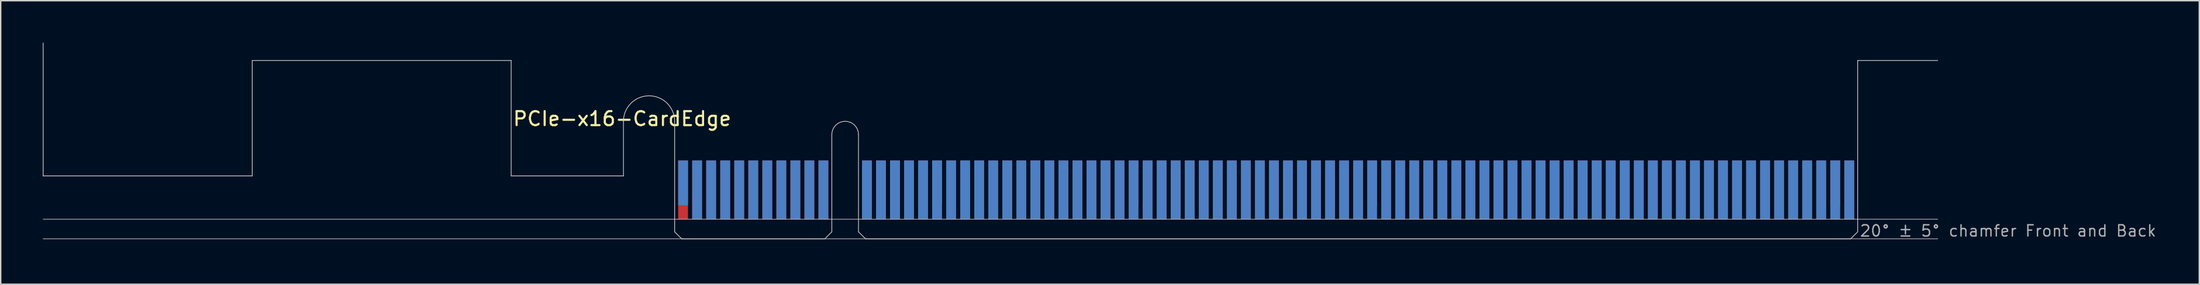
<source format=kicad_pcb>
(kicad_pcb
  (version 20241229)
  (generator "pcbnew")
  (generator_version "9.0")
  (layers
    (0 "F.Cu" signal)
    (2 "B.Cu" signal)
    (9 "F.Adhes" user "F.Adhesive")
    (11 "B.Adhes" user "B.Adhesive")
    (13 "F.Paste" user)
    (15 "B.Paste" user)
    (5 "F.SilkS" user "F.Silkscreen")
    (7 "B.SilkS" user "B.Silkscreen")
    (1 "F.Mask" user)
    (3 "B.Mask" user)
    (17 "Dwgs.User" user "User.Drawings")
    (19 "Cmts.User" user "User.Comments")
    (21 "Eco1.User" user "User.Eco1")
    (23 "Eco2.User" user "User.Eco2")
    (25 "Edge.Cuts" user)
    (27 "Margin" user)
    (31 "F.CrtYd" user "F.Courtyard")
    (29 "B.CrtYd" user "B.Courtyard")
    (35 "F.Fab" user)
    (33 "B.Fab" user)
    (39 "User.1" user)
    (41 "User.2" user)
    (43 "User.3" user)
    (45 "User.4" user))
  (footprint "PCIe-x16-CardEdge"
    (layer "F.Cu")
    (at 45.025 14.025)
    (property "Reference" "PCIe-x16-CardEdge" (at -11.6 -8 0) (layer "F.SilkS") (effects (font (size 1 1) (thickness 0.15)) (justify left bottom)))
    (attr exclude_from_pos_files exclude_from_bom)
    (fp_poly (pts (xy -3.65 -4.5) (xy -11.65 -4.5) (xy -11.65 -7.95) (xy -3.65 -7.95)) (stroke (width 0.1) (type solid)) (fill yes) (layer "F.Mask"))
    (fp_poly (pts (xy 11.2 -5.45) (xy 0 -5.45) (xy 0 0) (xy 11.2 0)) (stroke (width 0.1) (type solid)) (fill yes) (layer "F.Mask"))
    (fp_poly (pts (xy 84.3 -5.45) (xy 13.1 -5.45) (xy 13.1 0) (xy 84.3 0)) (stroke (width 0.1) (type solid)) (fill yes) (layer "F.Mask"))
    (fp_poly (pts (xy -3.65 -7.95) (xy -11.65 -7.95) (xy -11.65 -4.5) (xy -3.65 -4.5)) (stroke (width 0.1) (type solid)) (fill yes) (layer "B.Mask"))
    (fp_poly (pts (xy 11.2 0) (xy 0 0) (xy 0 -5.45) (xy 11.2 -5.45)) (stroke (width 0.1) (type solid)) (fill yes) (layer "B.Mask"))
    (fp_poly (pts (xy 84.3 -5.45) (xy 13.1 -5.45) (xy 13.1 0) (xy 84.3 0)) (stroke (width 0.1) (type solid)) (fill yes) (layer "B.Mask"))
    (fp_line (start -45 -4.5) (end -45 -14) (stroke (width 0.05) (type solid)) (layer "Edge.Cuts"))
    (fp_line (start -30.1 -12.75) (end -30.1 -4.5) (stroke (width 0.05) (type solid)) (layer "Edge.Cuts"))
    (fp_line (start -30.1 -4.5) (end -45 -4.5) (stroke (width 0.05) (type solid)) (layer "Edge.Cuts"))
    (fp_line (start -11.65 -12.75) (end -30.1 -12.75) (stroke (width 0.05) (type solid)) (layer "Edge.Cuts"))
    (fp_line (start -11.65 -4.5) (end -11.65 -12.75) (stroke (width 0.05) (type solid)) (layer "Edge.Cuts"))
    (fp_line (start -3.65 -4.5) (end -11.65 -4.5) (stroke (width 0.05) (type solid)) (layer "Edge.Cuts"))
    (fp_line (start -3.65 -4.5) (end -3.65 -8.4) (stroke (width 0.05) (type solid)) (layer "Edge.Cuts"))
    (fp_line (start 0 -0.5) (end 0 -8.4) (stroke (width 0.05) (type solid)) (layer "Edge.Cuts"))
    (fp_line (start 0.5 0) (end 0 -0.5) (stroke (width 0.05) (type solid)) (layer "Edge.Cuts"))
    (fp_line (start 0.5 0) (end 10.7 0) (stroke (width 0.05) (type solid)) (layer "Edge.Cuts"))
    (fp_line (start 10.7 0) (end 11.2 -0.5) (stroke (width 0.05) (type solid)) (layer "Edge.Cuts"))
    (fp_line (start 11.2 -0.5) (end 11.2 -7.45) (stroke (width 0.05) (type solid)) (layer "Edge.Cuts"))
    (fp_line (start 13.1 -0.5) (end 13.1 -7.45) (stroke (width 0.05) (type solid)) (layer "Edge.Cuts"))
    (fp_line (start 13.6 0) (end 13.1 -0.5) (stroke (width 0.05) (type solid)) (layer "Edge.Cuts"))
    (fp_line (start 83.8 0) (end 13.6 0) (stroke (width 0.05) (type solid)) (layer "Edge.Cuts"))
    (fp_line (start 83.8 0) (end 84.3 -0.5) (stroke (width 0.05) (type solid)) (layer "Edge.Cuts"))
    (fp_line (start 84.3 -12.75) (end 90 -12.75) (stroke (width 0.05) (type solid)) (layer "Edge.Cuts"))
    (fp_line (start 84.3 -0.5) (end 84.3 -12.75) (stroke (width 0.05) (type solid)) (layer "Edge.Cuts"))
    (fp_arc (start -3.65 -8.4) (mid -1.825 -10.225) (end 0 -8.4) (stroke (width 0.05) (type solid)) (layer "Edge.Cuts"))
    (fp_arc (start 11.2 -7.45) (mid 12.15 -8.4) (end 13.1 -7.45) (stroke (width 0.05) (type solid)) (layer "Edge.Cuts"))
    (fp_line (start -45 -1.4) (end 90 -1.4) (stroke (width 0.05) (type solid)) (layer "F.Fab"))
    (fp_line (start -45 0) (end 90 0) (stroke (width 0.05) (type solid)) (layer "F.Fab"))
    (fp_text user "20° ± 5° chamfer Front and Back" (at 84.4 -0.1 0) (layer "F.Fab") (effects (font (size 0.8 0.8) (thickness 0.1)) (justify left bottom)))
    (pad "A1" smd rect (at 0.6 -4) (size 0.7 3.2) (layers "B.Cu"))
    (pad "A2" smd rect (at 1.6 -3.5) (size 0.7 4.2) (layers "B.Cu"))
    (pad "A3" smd rect (at 2.6 -3.5) (size 0.7 4.2) (layers "B.Cu"))
    (pad "A4" smd rect (at 3.6 -3.5) (size 0.7 4.2) (layers "B.Cu"))
    (pad "A5" smd rect (at 4.6 -3.5) (size 0.7 4.2) (layers "B.Cu"))
    (pad "A6" smd rect (at 5.6 -3.5) (size 0.7 4.2) (layers "B.Cu"))
    (pad "A7" smd rect (at 6.6 -3.5) (size 0.7 4.2) (layers "B.Cu"))
    (pad "A8" smd rect (at 7.6 -3.5) (size 0.7 4.2) (layers "B.Cu"))
    (pad "A9" smd rect (at 8.6 -3.5) (size 0.7 4.2) (layers "B.Cu"))
    (pad "A10" smd rect (at 9.6 -3.5) (size 0.7 4.2) (layers "B.Cu"))
    (pad "A11" smd rect (at 10.6 -3.5) (size 0.7 4.2) (layers "B.Cu"))
    (pad "A12" smd rect (at 13.7 -3.5) (size 0.7 4.2) (layers "B.Cu"))
    (pad "A13" smd rect (at 14.7 -3.5) (size 0.7 4.2) (layers "B.Cu"))
    (pad "A14" smd rect (at 15.7 -3.5) (size 0.7 4.2) (layers "B.Cu"))
    (pad "A15" smd rect (at 16.7 -3.5) (size 0.7 4.2) (layers "B.Cu"))
    (pad "A16" smd rect (at 17.7 -3.5) (size 0.7 4.2) (layers "B.Cu"))
    (pad "A17" smd rect (at 18.7 -3.5) (size 0.7 4.2) (layers "B.Cu"))
    (pad "A18" smd rect (at 19.7 -3.5) (size 0.7 4.2) (layers "B.Cu"))
    (pad "A19" smd rect (at 20.7 -3.5) (size 0.7 4.2) (layers "B.Cu"))
    (pad "A20" smd rect (at 21.7 -3.5) (size 0.7 4.2) (layers "B.Cu"))
    (pad "A21" smd rect (at 22.7 -3.5) (size 0.7 4.2) (layers "B.Cu"))
    (pad "A22" smd rect (at 23.7 -3.5) (size 0.7 4.2) (layers "B.Cu"))
    (pad "A23" smd rect (at 24.7 -3.5) (size 0.7 4.2) (layers "B.Cu"))
    (pad "A24" smd rect (at 25.7 -3.5) (size 0.7 4.2) (layers "B.Cu"))
    (pad "A25" smd rect (at 26.7 -3.5) (size 0.7 4.2) (layers "B.Cu"))
    (pad "A26" smd rect (at 27.7 -3.5) (size 0.7 4.2) (layers "B.Cu"))
    (pad "A27" smd rect (at 28.7 -3.5) (size 0.7 4.2) (layers "B.Cu"))
    (pad "A28" smd rect (at 29.7 -3.5) (size 0.7 4.2) (layers "B.Cu"))
    (pad "A29" smd rect (at 30.7 -3.5) (size 0.7 4.2) (layers "B.Cu"))
    (pad "A30" smd rect (at 31.7 -3.5) (size 0.7 4.2) (layers "B.Cu"))
    (pad "A31" smd rect (at 32.7 -3.5) (size 0.7 4.2) (layers "B.Cu"))
    (pad "A32" smd rect (at 33.7 -3.5) (size 0.7 4.2) (layers "B.Cu"))
    (pad "A33" smd rect (at 34.7 -3.5) (size 0.7 4.2) (layers "B.Cu"))
    (pad "A34" smd rect (at 35.7 -3.5) (size 0.7 4.2) (layers "B.Cu"))
    (pad "A35" smd rect (at 36.7 -3.5) (size 0.7 4.2) (layers "B.Cu"))
    (pad "A36" smd rect (at 37.7 -3.5) (size 0.7 4.2) (layers "B.Cu"))
    (pad "A37" smd rect (at 38.7 -3.5) (size 0.7 4.2) (layers "B.Cu"))
    (pad "A38" smd rect (at 39.7 -3.5) (size 0.7 4.2) (layers "B.Cu"))
    (pad "A39" smd rect (at 40.7 -3.5) (size 0.7 4.2) (layers "B.Cu"))
    (pad "A40" smd rect (at 41.7 -3.5) (size 0.7 4.2) (layers "B.Cu"))
    (pad "A41" smd rect (at 42.7 -3.5) (size 0.7 4.2) (layers "B.Cu"))
    (pad "A42" smd rect (at 43.7 -3.5) (size 0.7 4.2) (layers "B.Cu"))
    (pad "A43" smd rect (at 44.7 -3.5) (size 0.7 4.2) (layers "B.Cu"))
    (pad "A44" smd rect (at 45.7 -3.5) (size 0.7 4.2) (layers "B.Cu"))
    (pad "A45" smd rect (at 46.7 -3.5) (size 0.7 4.2) (layers "B.Cu"))
    (pad "A46" smd rect (at 47.7 -3.5) (size 0.7 4.2) (layers "B.Cu"))
    (pad "A47" smd rect (at 48.7 -3.5) (size 0.7 4.2) (layers "B.Cu"))
    (pad "A48" smd rect (at 49.7 -3.5) (size 0.7 4.2) (layers "B.Cu"))
    (pad "A49" smd rect (at 50.7 -3.5) (size 0.7 4.2) (layers "B.Cu"))
    (pad "A50" smd rect (at 51.7 -3.5) (size 0.7 4.2) (layers "B.Cu"))
    (pad "A51" smd rect (at 52.7 -3.5) (size 0.7 4.2) (layers "B.Cu"))
    (pad "A52" smd rect (at 53.7 -3.5) (size 0.7 4.2) (layers "B.Cu"))
    (pad "A53" smd rect (at 54.7 -3.5) (size 0.7 4.2) (layers "B.Cu"))
    (pad "A54" smd rect (at 55.7 -3.5) (size 0.7 4.2) (layers "B.Cu"))
    (pad "A55" smd rect (at 56.7 -3.5) (size 0.7 4.2) (layers "B.Cu"))
    (pad "A56" smd rect (at 57.7 -3.5) (size 0.7 4.2) (layers "B.Cu"))
    (pad "A57" smd rect (at 58.7 -3.5) (size 0.7 4.2) (layers "B.Cu"))
    (pad "A58" smd rect (at 59.7 -3.5) (size 0.7 4.2) (layers "B.Cu"))
    (pad "A59" smd rect (at 60.7 -3.5) (size 0.7 4.2) (layers "B.Cu"))
    (pad "A60" smd rect (at 61.7 -3.5) (size 0.7 4.2) (layers "B.Cu"))
    (pad "A61" smd rect (at 62.7 -3.5) (size 0.7 4.2) (layers "B.Cu"))
    (pad "A62" smd rect (at 63.7 -3.5) (size 0.7 4.2) (layers "B.Cu"))
    (pad "A63" smd rect (at 64.7 -3.5) (size 0.7 4.2) (layers "B.Cu"))
    (pad "A64" smd rect (at 65.7 -3.5) (size 0.7 4.2) (layers "B.Cu"))
    (pad "A65" smd rect (at 66.7 -3.5) (size 0.7 4.2) (layers "B.Cu"))
    (pad "A66" smd rect (at 67.7 -3.5) (size 0.7 4.2) (layers "B.Cu"))
    (pad "A67" smd rect (at 68.7 -3.5) (size 0.7 4.2) (layers "B.Cu"))
    (pad "A68" smd rect (at 69.7 -3.5) (size 0.7 4.2) (layers "B.Cu"))
    (pad "A69" smd rect (at 70.7 -3.5) (size 0.7 4.2) (layers "B.Cu"))
    (pad "A70" smd rect (at 71.7 -3.5) (size 0.7 4.2) (layers "B.Cu"))
    (pad "A71" smd rect (at 72.7 -3.5) (size 0.7 4.2) (layers "B.Cu"))
    (pad "A72" smd rect (at 73.7 -3.5) (size 0.7 4.2) (layers "B.Cu"))
    (pad "A73" smd rect (at 74.7 -3.5) (size 0.7 4.2) (layers "B.Cu"))
    (pad "A74" smd rect (at 75.7 -3.5) (size 0.7 4.2) (layers "B.Cu"))
    (pad "A75" smd rect (at 76.7 -3.5) (size 0.7 4.2) (layers "B.Cu"))
    (pad "A76" smd rect (at 77.7 -3.5) (size 0.7 4.2) (layers "B.Cu"))
    (pad "A77" smd rect (at 78.7 -3.5) (size 0.7 4.2) (layers "B.Cu"))
    (pad "A78" smd rect (at 79.7 -3.5) (size 0.7 4.2) (layers "B.Cu"))
    (pad "A79" smd rect (at 80.7 -3.5) (size 0.7 4.2) (layers "B.Cu"))
    (pad "A80" smd rect (at 81.7 -3.5) (size 0.7 4.2) (layers "B.Cu"))
    (pad "A81" smd rect (at 82.7 -3.5) (size 0.7 4.2) (layers "B.Cu"))
    (pad "A82" smd rect (at 83.7 -3.5) (size 0.7 4.2) (layers "B.Cu"))
    (pad "B1" smd rect (at 0.6 -3.5) (size 0.7 4.2) (layers "F.Cu"))
    (pad "B2" smd rect (at 1.6 -3.5) (size 0.7 4.2) (layers "F.Cu"))
    (pad "B3" smd rect (at 2.6 -3.5) (size 0.7 4.2) (layers "F.Cu"))
    (pad "B4" smd rect (at 3.6 -3.5) (size 0.7 4.2) (layers "F.Cu"))
    (pad "B5" smd rect (at 4.6 -3.5) (size 0.7 4.2) (layers "F.Cu"))
    (pad "B6" smd rect (at 5.6 -3.5) (size 0.7 4.2) (layers "F.Cu"))
    (pad "B7" smd rect (at 6.6 -3.5) (size 0.7 4.2) (layers "F.Cu"))
    (pad "B8" smd rect (at 7.6 -3.5) (size 0.7 4.2) (layers "F.Cu"))
    (pad "B9" smd rect (at 8.6 -3.5) (size 0.7 4.2) (layers "F.Cu"))
    (pad "B10" smd rect (at 9.6 -3.5) (size 0.7 4.2) (layers "F.Cu"))
    (pad "B11" smd rect (at 10.6 -3.5) (size 0.7 4.2) (layers "F.Cu"))
    (pad "B12" smd rect (at 13.7 -3.5) (size 0.7 4.2) (layers "F.Cu"))
    (pad "B13" smd rect (at 14.7 -3.5) (size 0.7 4.2) (layers "F.Cu"))
    (pad "B14" smd rect (at 15.7 -3.5) (size 0.7 4.2) (layers "F.Cu"))
    (pad "B15" smd rect (at 16.7 -3.5) (size 0.7 4.2) (layers "F.Cu"))
    (pad "B16" smd rect (at 17.7 -3.5) (size 0.7 4.2) (layers "F.Cu"))
    (pad "B17" smd rect (at 18.7 -4) (size 0.7 3.2) (layers "F.Cu"))
    (pad "B18" smd rect (at 19.7 -3.5) (size 0.7 4.2) (layers "F.Cu"))
    (pad "B19" smd rect (at 20.7 -3.5) (size 0.7 4.2) (layers "F.Cu"))
    (pad "B20" smd rect (at 21.7 -3.5) (size 0.7 4.2) (layers "F.Cu"))
    (pad "B21" smd rect (at 22.7 -3.5) (size 0.7 4.2) (layers "F.Cu"))
    (pad "B22" smd rect (at 23.7 -3.5) (size 0.7 4.2) (layers "F.Cu"))
    (pad "B23" smd rect (at 24.7 -3.5) (size 0.7 4.2) (layers "F.Cu"))
    (pad "B24" smd rect (at 25.7 -3.5) (size 0.7 4.2) (layers "F.Cu"))
    (pad "B25" smd rect (at 26.7 -3.5) (size 0.7 4.2) (layers "F.Cu"))
    (pad "B26" smd rect (at 27.7 -3.5) (size 0.7 4.2) (layers "F.Cu"))
    (pad "B27" smd rect (at 28.7 -3.5) (size 0.7 4.2) (layers "F.Cu"))
    (pad "B28" smd rect (at 29.7 -3.5) (size 0.7 4.2) (layers "F.Cu"))
    (pad "B29" smd rect (at 30.7 -3.5) (size 0.7 4.2) (layers "F.Cu"))
    (pad "B30" smd rect (at 31.7 -3.5) (size 0.7 4.2) (layers "F.Cu"))
    (pad "B31" smd rect (at 32.7 -4) (size 0.7 3.2) (layers "F.Cu"))
    (pad "B32" smd rect (at 33.7 -3.5) (size 0.7 4.2) (layers "F.Cu"))
    (pad "B33" smd rect (at 34.7 -3.5) (size 0.7 4.2) (layers "F.Cu"))
    (pad "B34" smd rect (at 35.7 -3.5) (size 0.7 4.2) (layers "F.Cu"))
    (pad "B35" smd rect (at 36.7 -3.5) (size 0.7 4.2) (layers "F.Cu"))
    (pad "B36" smd rect (at 37.7 -3.5) (size 0.7 4.2) (layers "F.Cu"))
    (pad "B37" smd rect (at 38.7 -3.5) (size 0.7 4.2) (layers "F.Cu"))
    (pad "B38" smd rect (at 39.7 -3.5) (size 0.7 4.2) (layers "F.Cu"))
    (pad "B39" smd rect (at 40.7 -3.5) (size 0.7 4.2) (layers "F.Cu"))
    (pad "B40" smd rect (at 41.7 -3.5) (size 0.7 4.2) (layers "F.Cu"))
    (pad "B41" smd rect (at 42.7 -3.5) (size 0.7 4.2) (layers "F.Cu"))
    (pad "B42" smd rect (at 43.7 -3.5) (size 0.7 4.2) (layers "F.Cu"))
    (pad "B43" smd rect (at 44.7 -3.5) (size 0.7 4.2) (layers "F.Cu"))
    (pad "B44" smd rect (at 45.7 -3.5) (size 0.7 4.2) (layers "F.Cu"))
    (pad "B45" smd rect (at 46.7 -3.5) (size 0.7 4.2) (layers "F.Cu"))
    (pad "B46" smd rect (at 47.7 -3.5) (size 0.7 4.2) (layers "F.Cu"))
    (pad "B47" smd rect (at 48.7 -3.5) (size 0.7 4.2) (layers "F.Cu"))
    (pad "B48" smd rect (at 49.7 -4) (size 0.7 3.2) (layers "F.Cu"))
    (pad "B49" smd rect (at 50.7 -3.5) (size 0.7 4.2) (layers "F.Cu"))
    (pad "B50" smd rect (at 51.7 -3.5) (size 0.7 4.2) (layers "F.Cu"))
    (pad "B51" smd rect (at 52.7 -3.5) (size 0.7 4.2) (layers "F.Cu"))
    (pad "B52" smd rect (at 53.7 -3.5) (size 0.7 4.2) (layers "F.Cu"))
    (pad "B53" smd rect (at 54.7 -3.5) (size 0.7 4.2) (layers "F.Cu"))
    (pad "B54" smd rect (at 55.7 -3.5) (size 0.7 4.2) (layers "F.Cu"))
    (pad "B55" smd rect (at 56.7 -3.5) (size 0.7 4.2) (layers "F.Cu"))
    (pad "B56" smd rect (at 57.7 -3.5) (size 0.7 4.2) (layers "F.Cu"))
    (pad "B57" smd rect (at 58.7 -3.5) (size 0.7 4.2) (layers "F.Cu"))
    (pad "B58" smd rect (at 59.7 -3.5) (size 0.7 4.2) (layers "F.Cu"))
    (pad "B59" smd rect (at 60.7 -3.5) (size 0.7 4.2) (layers "F.Cu"))
    (pad "B60" smd rect (at 61.7 -3.5) (size 0.7 4.2) (layers "F.Cu"))
    (pad "B61" smd rect (at 62.7 -3.5) (size 0.7 4.2) (layers "F.Cu"))
    (pad "B62" smd rect (at 63.7 -3.5) (size 0.7 4.2) (layers "F.Cu"))
    (pad "B63" smd rect (at 64.7 -3.5) (size 0.7 4.2) (layers "F.Cu"))
    (pad "B64" smd rect (at 65.7 -3.5) (size 0.7 4.2) (layers "F.Cu"))
    (pad "B65" smd rect (at 66.7 -3.5) (size 0.7 4.2) (layers "F.Cu"))
    (pad "B66" smd rect (at 67.7 -3.5) (size 0.7 4.2) (layers "F.Cu"))
    (pad "B67" smd rect (at 68.7 -3.5) (size 0.7 4.2) (layers "F.Cu"))
    (pad "B68" smd rect (at 69.7 -3.5) (size 0.7 4.2) (layers "F.Cu"))
    (pad "B69" smd rect (at 70.7 -3.5) (size 0.7 4.2) (layers "F.Cu"))
    (pad "B70" smd rect (at 71.7 -3.5) (size 0.7 4.2) (layers "F.Cu"))
    (pad "B71" smd rect (at 72.7 -3.5) (size 0.7 4.2) (layers "F.Cu"))
    (pad "B72" smd rect (at 73.7 -3.5) (size 0.7 4.2) (layers "F.Cu"))
    (pad "B73" smd rect (at 74.7 -3.5) (size 0.7 4.2) (layers "F.Cu"))
    (pad "B74" smd rect (at 75.7 -3.5) (size 0.7 4.2) (layers "F.Cu"))
    (pad "B75" smd rect (at 76.7 -3.5) (size 0.7 4.2) (layers "F.Cu"))
    (pad "B76" smd rect (at 77.7 -3.5) (size 0.7 4.2) (layers "F.Cu"))
    (pad "B77" smd rect (at 78.7 -3.5) (size 0.7 4.2) (layers "F.Cu"))
    (pad "B78" smd rect (at 79.7 -3.5) (size 0.7 4.2) (layers "F.Cu"))
    (pad "B79" smd rect (at 80.7 -3.5) (size 0.7 4.2) (layers "F.Cu"))
    (pad "B80" smd rect (at 81.7 -3.5) (size 0.7 4.2) (layers "F.Cu"))
    (pad "B81" smd rect (at 82.7 -4) (size 0.7 3.2) (layers "F.Cu"))
    (pad "B82" smd rect (at 83.7 -3.5) (size 0.7 4.2) (layers "F.Cu")))
  (gr_rect
    (start -3 -3)
    (end 153.67 17.275)
    (stroke (width 0.1) (type default))
    (fill no)
    (layer "Edge.Cuts")))
</source>
